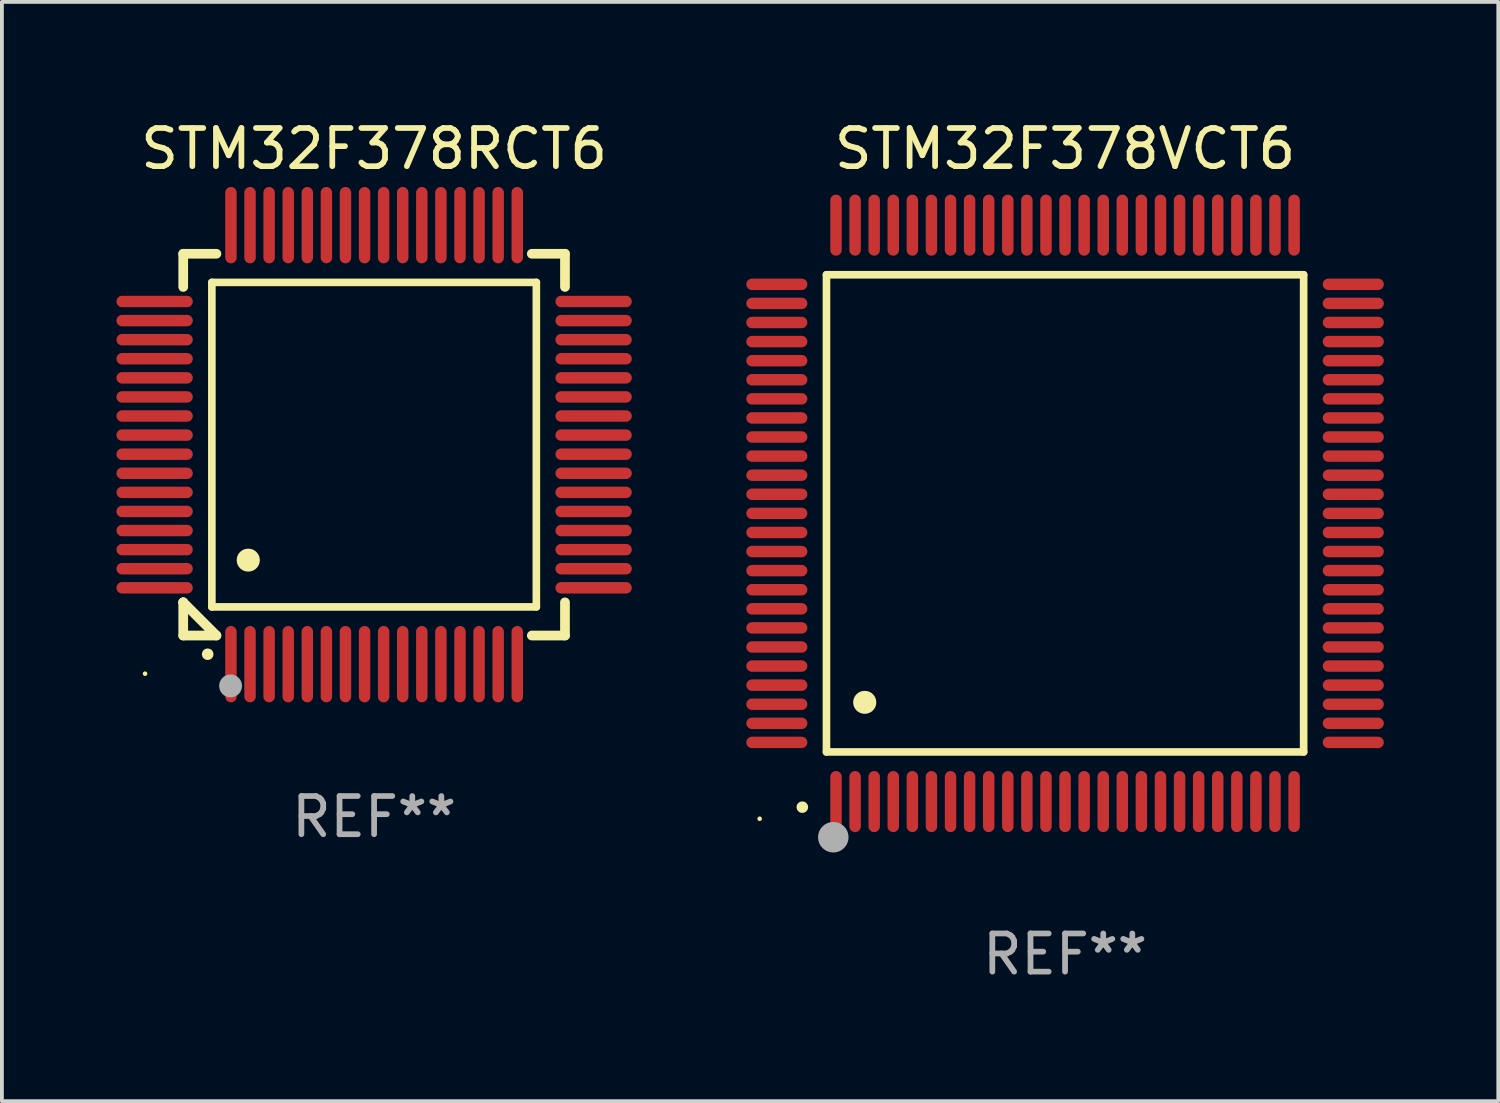
<source format=kicad_pcb>
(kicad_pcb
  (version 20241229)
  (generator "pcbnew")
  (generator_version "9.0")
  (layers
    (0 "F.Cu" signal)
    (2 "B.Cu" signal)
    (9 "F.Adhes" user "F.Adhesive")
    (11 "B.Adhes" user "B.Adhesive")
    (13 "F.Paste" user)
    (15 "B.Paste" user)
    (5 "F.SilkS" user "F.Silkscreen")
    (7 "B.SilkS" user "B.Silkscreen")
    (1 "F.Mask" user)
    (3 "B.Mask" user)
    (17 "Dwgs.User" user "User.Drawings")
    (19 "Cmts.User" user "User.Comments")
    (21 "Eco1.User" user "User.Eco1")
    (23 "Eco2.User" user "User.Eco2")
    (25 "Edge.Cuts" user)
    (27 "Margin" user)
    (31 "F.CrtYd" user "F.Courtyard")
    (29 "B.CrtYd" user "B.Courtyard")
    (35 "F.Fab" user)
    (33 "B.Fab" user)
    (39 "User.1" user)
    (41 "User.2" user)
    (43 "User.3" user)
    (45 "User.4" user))
  (footprint "STM32F378VCT6"
    (layer "F.Cu")
    (at 24.85 10.398)
    (property "Reference" "STM32F378VCT6" (at 0 -9.55 0) (layer "F.SilkS") (effects (font (size 1 1) (thickness 0.15))))
    (attr through_hole)
    (fp_line (start -6.25 -6.25) (end -6.25 6.25) (stroke (width 0.2) (type solid)) (layer "F.SilkS"))
    (fp_line (start -6.25 6.25) (end 6.25 6.25) (stroke (width 0.2) (type solid)) (layer "F.SilkS"))
    (fp_line (start 6.25 -6.25) (end -6.25 -6.25) (stroke (width 0.2) (type solid)) (layer "F.SilkS"))
    (fp_line (start 6.25 6.25) (end 6.25 -6.25) (stroke (width 0.2) (type solid)) (layer "F.SilkS"))
    (fp_arc (start -6.883414 7.696215) (mid -6.882144 7.69621) (end -6.880874 7.696215) (stroke (width 0.3) (type solid)) (layer "F.SilkS"))
    (fp_arc (start -5.250191 4.95047) (mid -5.247651 4.950459) (end -5.245111 4.95047) (stroke (width 0.6) (type solid)) (layer "F.SilkS"))
    (fp_circle (center -8 8) (end -7.97 8) (stroke (width 0.06) (type solid)) (fill no) (layer "F.SilkS"))
    (fp_circle (center -6.071 8.484) (end -5.871 8.484) (stroke (width 0.4) (type solid)) (fill no) (layer "F.Fab"))
    (fp_text user "REF**" (at 0 11.55 0) (layer "F.Fab") (effects (font (size 1 1) (thickness 0.15))))
    (pad "1" smd oval (at -6 7.55) (size 0.3 1.6) (layers "F.Cu" "F.Mask" "F.Paste"))
    (pad "2" smd oval (at -5.5 7.55) (size 0.3 1.6) (layers "F.Cu" "F.Mask" "F.Paste"))
    (pad "3" smd oval (at -5 7.55) (size 0.3 1.6) (layers "F.Cu" "F.Mask" "F.Paste"))
    (pad "4" smd oval (at -4.5 7.55) (size 0.3 1.6) (layers "F.Cu" "F.Mask" "F.Paste"))
    (pad "5" smd oval (at -4 7.55) (size 0.3 1.6) (layers "F.Cu" "F.Mask" "F.Paste"))
    (pad "6" smd oval (at -3.5 7.55) (size 0.3 1.6) (layers "F.Cu" "F.Mask" "F.Paste"))
    (pad "7" smd oval (at -3 7.55) (size 0.3 1.6) (layers "F.Cu" "F.Mask" "F.Paste"))
    (pad "8" smd oval (at -2.5 7.55) (size 0.3 1.6) (layers "F.Cu" "F.Mask" "F.Paste"))
    (pad "9" smd oval (at -2 7.55) (size 0.3 1.6) (layers "F.Cu" "F.Mask" "F.Paste"))
    (pad "10" smd oval (at -1.5 7.55) (size 0.3 1.6) (layers "F.Cu" "F.Mask" "F.Paste"))
    (pad "11" smd oval (at -1 7.55) (size 0.3 1.6) (layers "F.Cu" "F.Mask" "F.Paste"))
    (pad "12" smd oval (at -0.5 7.55) (size 0.3 1.6) (layers "F.Cu" "F.Mask" "F.Paste"))
    (pad "13" smd oval (at 0 7.55) (size 0.3 1.6) (layers "F.Cu" "F.Mask" "F.Paste"))
    (pad "14" smd oval (at 0.5 7.55) (size 0.3 1.6) (layers "F.Cu" "F.Mask" "F.Paste"))
    (pad "15" smd oval (at 1 7.55) (size 0.3 1.6) (layers "F.Cu" "F.Mask" "F.Paste"))
    (pad "16" smd oval (at 1.5 7.55) (size 0.3 1.6) (layers "F.Cu" "F.Mask" "F.Paste"))
    (pad "17" smd oval (at 2 7.55) (size 0.3 1.6) (layers "F.Cu" "F.Mask" "F.Paste"))
    (pad "18" smd oval (at 2.5 7.55) (size 0.3 1.6) (layers "F.Cu" "F.Mask" "F.Paste"))
    (pad "19" smd oval (at 3 7.55) (size 0.3 1.6) (layers "F.Cu" "F.Mask" "F.Paste"))
    (pad "20" smd oval (at 3.5 7.55) (size 0.3 1.6) (layers "F.Cu" "F.Mask" "F.Paste"))
    (pad "21" smd oval (at 4 7.55) (size 0.3 1.6) (layers "F.Cu" "F.Mask" "F.Paste"))
    (pad "22" smd oval (at 4.5 7.55) (size 0.3 1.6) (layers "F.Cu" "F.Mask" "F.Paste"))
    (pad "23" smd oval (at 5 7.55) (size 0.3 1.6) (layers "F.Cu" "F.Mask" "F.Paste"))
    (pad "24" smd oval (at 5.5 7.55) (size 0.3 1.6) (layers "F.Cu" "F.Mask" "F.Paste"))
    (pad "25" smd oval (at 6 7.55) (size 0.3 1.6) (layers "F.Cu" "F.Mask" "F.Paste"))
    (pad "26" smd oval (at 7.55 6) (size 1.6 0.3) (layers "F.Cu" "F.Mask" "F.Paste"))
    (pad "27" smd oval (at 7.55 5.5) (size 1.6 0.3) (layers "F.Cu" "F.Mask" "F.Paste"))
    (pad "28" smd oval (at 7.55 5) (size 1.6 0.3) (layers "F.Cu" "F.Mask" "F.Paste"))
    (pad "29" smd oval (at 7.55 4.5) (size 1.6 0.3) (layers "F.Cu" "F.Mask" "F.Paste"))
    (pad "30" smd oval (at 7.55 4) (size 1.6 0.3) (layers "F.Cu" "F.Mask" "F.Paste"))
    (pad "31" smd oval (at 7.55 3.5) (size 1.6 0.3) (layers "F.Cu" "F.Mask" "F.Paste"))
    (pad "32" smd oval (at 7.55 3) (size 1.6 0.3) (layers "F.Cu" "F.Mask" "F.Paste"))
    (pad "33" smd oval (at 7.55 2.5) (size 1.6 0.3) (layers "F.Cu" "F.Mask" "F.Paste"))
    (pad "34" smd oval (at 7.55 2) (size 1.6 0.3) (layers "F.Cu" "F.Mask" "F.Paste"))
    (pad "35" smd oval (at 7.55 1.5) (size 1.6 0.3) (layers "F.Cu" "F.Mask" "F.Paste"))
    (pad "36" smd oval (at 7.55 1) (size 1.6 0.3) (layers "F.Cu" "F.Mask" "F.Paste"))
    (pad "37" smd oval (at 7.55 0.5) (size 1.6 0.3) (layers "F.Cu" "F.Mask" "F.Paste"))
    (pad "38" smd oval (at 7.55 0) (size 1.6 0.3) (layers "F.Cu" "F.Mask" "F.Paste"))
    (pad "39" smd oval (at 7.55 -0.5) (size 1.6 0.3) (layers "F.Cu" "F.Mask" "F.Paste"))
    (pad "40" smd oval (at 7.55 -1) (size 1.6 0.3) (layers "F.Cu" "F.Mask" "F.Paste"))
    (pad "41" smd oval (at 7.55 -1.5) (size 1.6 0.3) (layers "F.Cu" "F.Mask" "F.Paste"))
    (pad "42" smd oval (at 7.55 -2) (size 1.6 0.3) (layers "F.Cu" "F.Mask" "F.Paste"))
    (pad "43" smd oval (at 7.55 -2.5) (size 1.6 0.3) (layers "F.Cu" "F.Mask" "F.Paste"))
    (pad "44" smd oval (at 7.55 -3) (size 1.6 0.3) (layers "F.Cu" "F.Mask" "F.Paste"))
    (pad "45" smd oval (at 7.55 -3.5) (size 1.6 0.3) (layers "F.Cu" "F.Mask" "F.Paste"))
    (pad "46" smd oval (at 7.55 -4) (size 1.6 0.3) (layers "F.Cu" "F.Mask" "F.Paste"))
    (pad "47" smd oval (at 7.55 -4.5) (size 1.6 0.3) (layers "F.Cu" "F.Mask" "F.Paste"))
    (pad "48" smd oval (at 7.55 -5) (size 1.6 0.3) (layers "F.Cu" "F.Mask" "F.Paste"))
    (pad "49" smd oval (at 7.55 -5.5) (size 1.6 0.3) (layers "F.Cu" "F.Mask" "F.Paste"))
    (pad "50" smd oval (at 7.55 -6) (size 1.6 0.3) (layers "F.Cu" "F.Mask" "F.Paste"))
    (pad "51" smd oval (at 6 -7.55) (size 0.3 1.6) (layers "F.Cu" "F.Mask" "F.Paste"))
    (pad "52" smd oval (at 5.5 -7.55) (size 0.3 1.6) (layers "F.Cu" "F.Mask" "F.Paste"))
    (pad "53" smd oval (at 5 -7.55) (size 0.3 1.6) (layers "F.Cu" "F.Mask" "F.Paste"))
    (pad "54" smd oval (at 4.5 -7.55) (size 0.3 1.6) (layers "F.Cu" "F.Mask" "F.Paste"))
    (pad "55" smd oval (at 4 -7.55) (size 0.3 1.6) (layers "F.Cu" "F.Mask" "F.Paste"))
    (pad "56" smd oval (at 3.5 -7.55) (size 0.3 1.6) (layers "F.Cu" "F.Mask" "F.Paste"))
    (pad "57" smd oval (at 3 -7.55) (size 0.3 1.6) (layers "F.Cu" "F.Mask" "F.Paste"))
    (pad "58" smd oval (at 2.5 -7.55) (size 0.3 1.6) (layers "F.Cu" "F.Mask" "F.Paste"))
    (pad "59" smd oval (at 2 -7.55) (size 0.3 1.6) (layers "F.Cu" "F.Mask" "F.Paste"))
    (pad "60" smd oval (at 1.5 -7.55) (size 0.3 1.6) (layers "F.Cu" "F.Mask" "F.Paste"))
    (pad "61" smd oval (at 1 -7.55) (size 0.3 1.6) (layers "F.Cu" "F.Mask" "F.Paste"))
    (pad "62" smd oval (at 0.5 -7.55) (size 0.3 1.6) (layers "F.Cu" "F.Mask" "F.Paste"))
    (pad "63" smd oval (at 0 -7.55) (size 0.3 1.6) (layers "F.Cu" "F.Mask" "F.Paste"))
    (pad "64" smd oval (at -0.5 -7.55) (size 0.3 1.6) (layers "F.Cu" "F.Mask" "F.Paste"))
    (pad "65" smd oval (at -1 -7.55) (size 0.3 1.6) (layers "F.Cu" "F.Mask" "F.Paste"))
    (pad "66" smd oval (at -1.5 -7.55) (size 0.3 1.6) (layers "F.Cu" "F.Mask" "F.Paste"))
    (pad "67" smd oval (at -2 -7.55) (size 0.3 1.6) (layers "F.Cu" "F.Mask" "F.Paste"))
    (pad "68" smd oval (at -2.5 -7.55) (size 0.3 1.6) (layers "F.Cu" "F.Mask" "F.Paste"))
    (pad "69" smd oval (at -3 -7.55) (size 0.3 1.6) (layers "F.Cu" "F.Mask" "F.Paste"))
    (pad "70" smd oval (at -3.5 -7.55) (size 0.3 1.6) (layers "F.Cu" "F.Mask" "F.Paste"))
    (pad "71" smd oval (at -4 -7.55) (size 0.3 1.6) (layers "F.Cu" "F.Mask" "F.Paste"))
    (pad "72" smd oval (at -4.5 -7.55) (size 0.3 1.6) (layers "F.Cu" "F.Mask" "F.Paste"))
    (pad "73" smd oval (at -5 -7.55) (size 0.3 1.6) (layers "F.Cu" "F.Mask" "F.Paste"))
    (pad "74" smd oval (at -5.5 -7.55) (size 0.3 1.6) (layers "F.Cu" "F.Mask" "F.Paste"))
    (pad "75" smd oval (at -6 -7.55) (size 0.3 1.6) (layers "F.Cu" "F.Mask" "F.Paste"))
    (pad "76" smd oval (at -7.55 -6) (size 1.6 0.3) (layers "F.Cu" "F.Mask" "F.Paste"))
    (pad "77" smd oval (at -7.55 -5.5) (size 1.6 0.3) (layers "F.Cu" "F.Mask" "F.Paste"))
    (pad "78" smd oval (at -7.55 -5) (size 1.6 0.3) (layers "F.Cu" "F.Mask" "F.Paste"))
    (pad "79" smd oval (at -7.55 -4.5) (size 1.6 0.3) (layers "F.Cu" "F.Mask" "F.Paste"))
    (pad "80" smd oval (at -7.55 -4) (size 1.6 0.3) (layers "F.Cu" "F.Mask" "F.Paste"))
    (pad "81" smd oval (at -7.55 -3.5) (size 1.6 0.3) (layers "F.Cu" "F.Mask" "F.Paste"))
    (pad "82" smd oval (at -7.55 -3) (size 1.6 0.3) (layers "F.Cu" "F.Mask" "F.Paste"))
    (pad "83" smd oval (at -7.55 -2.5) (size 1.6 0.3) (layers "F.Cu" "F.Mask" "F.Paste"))
    (pad "84" smd oval (at -7.55 -2) (size 1.6 0.3) (layers "F.Cu" "F.Mask" "F.Paste"))
    (pad "85" smd oval (at -7.55 -1.5) (size 1.6 0.3) (layers "F.Cu" "F.Mask" "F.Paste"))
    (pad "86" smd oval (at -7.55 -1) (size 1.6 0.3) (layers "F.Cu" "F.Mask" "F.Paste"))
    (pad "87" smd oval (at -7.55 -0.5) (size 1.6 0.3) (layers "F.Cu" "F.Mask" "F.Paste"))
    (pad "88" smd oval (at -7.55 0) (size 1.6 0.3) (layers "F.Cu" "F.Mask" "F.Paste"))
    (pad "89" smd oval (at -7.55 0.5) (size 1.6 0.3) (layers "F.Cu" "F.Mask" "F.Paste"))
    (pad "90" smd oval (at -7.55 1) (size 1.6 0.3) (layers "F.Cu" "F.Mask" "F.Paste"))
    (pad "91" smd oval (at -7.55 1.5) (size 1.6 0.3) (layers "F.Cu" "F.Mask" "F.Paste"))
    (pad "92" smd oval (at -7.55 2) (size 1.6 0.3) (layers "F.Cu" "F.Mask" "F.Paste"))
    (pad "93" smd oval (at -7.55 2.5) (size 1.6 0.3) (layers "F.Cu" "F.Mask" "F.Paste"))
    (pad "94" smd oval (at -7.55 3) (size 1.6 0.3) (layers "F.Cu" "F.Mask" "F.Paste"))
    (pad "95" smd oval (at -7.55 3.5) (size 1.6 0.3) (layers "F.Cu" "F.Mask" "F.Paste"))
    (pad "96" smd oval (at -7.55 4) (size 1.6 0.3) (layers "F.Cu" "F.Mask" "F.Paste"))
    (pad "97" smd oval (at -7.55 4.5) (size 1.6 0.3) (layers "F.Cu" "F.Mask" "F.Paste"))
    (pad "98" smd oval (at -7.55 5) (size 1.6 0.3) (layers "F.Cu" "F.Mask" "F.Paste"))
    (pad "99" smd oval (at -7.55 5.5) (size 1.6 0.3) (layers "F.Cu" "F.Mask" "F.Paste"))
    (pad "100" smd oval (at -7.55 6) (size 1.6 0.3) (layers "F.Cu" "F.Mask" "F.Paste")))
  (footprint "STM32F378RCT6"
    (layer "F.Cu")
    (at 6.75 8.598)
    (property "Reference" "STM32F378RCT6" (at 0 -7.75 0) (layer "F.SilkS") (effects (font (size 1 1) (thickness 0.15))))
    (attr through_hole)
    (fp_line (start -5 -5) (end -4.131 -5) (stroke (width 0.254) (type solid)) (layer "F.SilkS"))
    (fp_line (start -5 -4.131) (end -5 -5) (stroke (width 0.254) (type solid)) (layer "F.SilkS"))
    (fp_line (start -5 4.131) (end -5 4.131) (stroke (width 0.254) (type solid)) (layer "F.SilkS"))
    (fp_line (start -5 5) (end -5 4.131) (stroke (width 0.254) (type solid)) (layer "F.SilkS"))
    (fp_line (start -5 4.131) (end -4.131 5) (stroke (width 0.254) (type solid)) (layer "F.SilkS"))
    (fp_line (start -4.25 -4.25) (end -4.25 4.25) (stroke (width 0.2) (type solid)) (layer "F.SilkS"))
    (fp_line (start -4.25 4.25) (end 4.25 4.25) (stroke (width 0.2) (type solid)) (layer "F.SilkS"))
    (fp_line (start -4.131 5) (end -5 5) (stroke (width 0.254) (type solid)) (layer "F.SilkS"))
    (fp_line (start 4.25 -4.25) (end -4.25 -4.25) (stroke (width 0.2) (type solid)) (layer "F.SilkS"))
    (fp_line (start 4.25 4.25) (end 4.25 -4.25) (stroke (width 0.2) (type solid)) (layer "F.SilkS"))
    (fp_line (start 5 -5) (end 4.131 -5) (stroke (width 0.254) (type solid)) (layer "F.SilkS"))
    (fp_line (start 5 -5) (end 5 -4.131) (stroke (width 0.254) (type solid)) (layer "F.SilkS"))
    (fp_line (start 5 4.131) (end 5 5) (stroke (width 0.254) (type solid)) (layer "F.SilkS"))
    (fp_line (start 5 5) (end 4.131 5) (stroke (width 0.254) (type solid)) (layer "F.SilkS"))
    (fp_arc (start -4.361265 5.489992) (mid -4.359995 5.489987) (end -4.358725 5.489992) (stroke (width 0.3) (type solid)) (layer "F.SilkS"))
    (fp_arc (start -3.299467 3.025146) (mid -3.296927 3.025135) (end -3.294387 3.025146) (stroke (width 0.6) (type solid)) (layer "F.SilkS"))
    (fp_circle (center -6 6) (end -5.97 6) (stroke (width 0.06) (type solid)) (fill no) (layer "F.SilkS"))
    (fp_circle (center -3.76 6.32) (end -3.61 6.32) (stroke (width 0.3) (type solid)) (fill no) (layer "F.Fab"))
    (fp_text user "REF**" (at 0 9.75 0) (layer "F.Fab") (effects (font (size 1 1) (thickness 0.15))))
    (pad "1" smd oval (at -3.75 5.75) (size 0.3 2) (layers "F.Cu" "F.Mask" "F.Paste"))
    (pad "2" smd oval (at -3.25 5.75) (size 0.3 2) (layers "F.Cu" "F.Mask" "F.Paste"))
    (pad "3" smd oval (at -2.75 5.75) (size 0.3 2) (layers "F.Cu" "F.Mask" "F.Paste"))
    (pad "4" smd oval (at -2.25 5.75) (size 0.3 2) (layers "F.Cu" "F.Mask" "F.Paste"))
    (pad "5" smd oval (at -1.75 5.75) (size 0.3 2) (layers "F.Cu" "F.Mask" "F.Paste"))
    (pad "6" smd oval (at -1.25 5.75) (size 0.3 2) (layers "F.Cu" "F.Mask" "F.Paste"))
    (pad "7" smd oval (at -0.75 5.75) (size 0.3 2) (layers "F.Cu" "F.Mask" "F.Paste"))
    (pad "8" smd oval (at -0.25 5.75) (size 0.3 2) (layers "F.Cu" "F.Mask" "F.Paste"))
    (pad "9" smd oval (at 0.25 5.75) (size 0.3 2) (layers "F.Cu" "F.Mask" "F.Paste"))
    (pad "10" smd oval (at 0.75 5.75) (size 0.3 2) (layers "F.Cu" "F.Mask" "F.Paste"))
    (pad "11" smd oval (at 1.25 5.75) (size 0.3 2) (layers "F.Cu" "F.Mask" "F.Paste"))
    (pad "12" smd oval (at 1.75 5.75) (size 0.3 2) (layers "F.Cu" "F.Mask" "F.Paste"))
    (pad "13" smd oval (at 2.25 5.75) (size 0.3 2) (layers "F.Cu" "F.Mask" "F.Paste"))
    (pad "14" smd oval (at 2.75 5.75) (size 0.3 2) (layers "F.Cu" "F.Mask" "F.Paste"))
    (pad "15" smd oval (at 3.25 5.75) (size 0.3 2) (layers "F.Cu" "F.Mask" "F.Paste"))
    (pad "16" smd oval (at 3.75 5.75) (size 0.3 2) (layers "F.Cu" "F.Mask" "F.Paste"))
    (pad "17" smd oval (at 5.75 3.75) (size 2 0.3) (layers "F.Cu" "F.Mask" "F.Paste"))
    (pad "18" smd oval (at 5.75 3.25) (size 2 0.3) (layers "F.Cu" "F.Mask" "F.Paste"))
    (pad "19" smd oval (at 5.75 2.75) (size 2 0.3) (layers "F.Cu" "F.Mask" "F.Paste"))
    (pad "20" smd oval (at 5.75 2.25) (size 2 0.3) (layers "F.Cu" "F.Mask" "F.Paste"))
    (pad "21" smd oval (at 5.75 1.75) (size 2 0.3) (layers "F.Cu" "F.Mask" "F.Paste"))
    (pad "22" smd oval (at 5.75 1.25) (size 2 0.3) (layers "F.Cu" "F.Mask" "F.Paste"))
    (pad "23" smd oval (at 5.75 0.75) (size 2 0.3) (layers "F.Cu" "F.Mask" "F.Paste"))
    (pad "24" smd oval (at 5.75 0.25) (size 2 0.3) (layers "F.Cu" "F.Mask" "F.Paste"))
    (pad "25" smd oval (at 5.75 -0.25) (size 2 0.3) (layers "F.Cu" "F.Mask" "F.Paste"))
    (pad "26" smd oval (at 5.75 -0.75) (size 2 0.3) (layers "F.Cu" "F.Mask" "F.Paste"))
    (pad "27" smd oval (at 5.75 -1.25) (size 2 0.3) (layers "F.Cu" "F.Mask" "F.Paste"))
    (pad "28" smd oval (at 5.75 -1.75) (size 2 0.3) (layers "F.Cu" "F.Mask" "F.Paste"))
    (pad "29" smd oval (at 5.75 -2.25) (size 2 0.3) (layers "F.Cu" "F.Mask" "F.Paste"))
    (pad "30" smd oval (at 5.75 -2.75) (size 2 0.3) (layers "F.Cu" "F.Mask" "F.Paste"))
    (pad "31" smd oval (at 5.75 -3.25) (size 2 0.3) (layers "F.Cu" "F.Mask" "F.Paste"))
    (pad "32" smd oval (at 5.75 -3.75) (size 2 0.3) (layers "F.Cu" "F.Mask" "F.Paste"))
    (pad "33" smd oval (at 3.75 -5.75) (size 0.3 2) (layers "F.Cu" "F.Mask" "F.Paste"))
    (pad "34" smd oval (at 3.25 -5.75) (size 0.3 2) (layers "F.Cu" "F.Mask" "F.Paste"))
    (pad "35" smd oval (at 2.75 -5.75) (size 0.3 2) (layers "F.Cu" "F.Mask" "F.Paste"))
    (pad "36" smd oval (at 2.25 -5.75) (size 0.3 2) (layers "F.Cu" "F.Mask" "F.Paste"))
    (pad "37" smd oval (at 1.75 -5.75) (size 0.3 2) (layers "F.Cu" "F.Mask" "F.Paste"))
    (pad "38" smd oval (at 1.25 -5.75) (size 0.3 2) (layers "F.Cu" "F.Mask" "F.Paste"))
    (pad "39" smd oval (at 0.75 -5.75) (size 0.3 2) (layers "F.Cu" "F.Mask" "F.Paste"))
    (pad "40" smd oval (at 0.25 -5.75) (size 0.3 2) (layers "F.Cu" "F.Mask" "F.Paste"))
    (pad "41" smd oval (at -0.25 -5.75) (size 0.3 2) (layers "F.Cu" "F.Mask" "F.Paste"))
    (pad "42" smd oval (at -0.75 -5.75) (size 0.3 2) (layers "F.Cu" "F.Mask" "F.Paste"))
    (pad "43" smd oval (at -1.25 -5.75) (size 0.3 2) (layers "F.Cu" "F.Mask" "F.Paste"))
    (pad "44" smd oval (at -1.75 -5.75) (size 0.3 2) (layers "F.Cu" "F.Mask" "F.Paste"))
    (pad "45" smd oval (at -2.25 -5.75) (size 0.3 2) (layers "F.Cu" "F.Mask" "F.Paste"))
    (pad "46" smd oval (at -2.75 -5.75) (size 0.3 2) (layers "F.Cu" "F.Mask" "F.Paste"))
    (pad "47" smd oval (at -3.25 -5.75) (size 0.3 2) (layers "F.Cu" "F.Mask" "F.Paste"))
    (pad "48" smd oval (at -3.75 -5.75) (size 0.3 2) (layers "F.Cu" "F.Mask" "F.Paste"))
    (pad "49" smd oval (at -5.75 -3.75) (size 2 0.3) (layers "F.Cu" "F.Mask" "F.Paste"))
    (pad "50" smd oval (at -5.75 -3.25) (size 2 0.3) (layers "F.Cu" "F.Mask" "F.Paste"))
    (pad "51" smd oval (at -5.75 -2.75) (size 2 0.3) (layers "F.Cu" "F.Mask" "F.Paste"))
    (pad "52" smd oval (at -5.75 -2.25) (size 2 0.3) (layers "F.Cu" "F.Mask" "F.Paste"))
    (pad "53" smd oval (at -5.75 -1.75) (size 2 0.3) (layers "F.Cu" "F.Mask" "F.Paste"))
    (pad "54" smd oval (at -5.75 -1.25) (size 2 0.3) (layers "F.Cu" "F.Mask" "F.Paste"))
    (pad "55" smd oval (at -5.75 -0.75) (size 2 0.3) (layers "F.Cu" "F.Mask" "F.Paste"))
    (pad "56" smd oval (at -5.75 -0.25) (size 2 0.3) (layers "F.Cu" "F.Mask" "F.Paste"))
    (pad "57" smd oval (at -5.75 0.25) (size 2 0.3) (layers "F.Cu" "F.Mask" "F.Paste"))
    (pad "58" smd oval (at -5.75 0.75) (size 2 0.3) (layers "F.Cu" "F.Mask" "F.Paste"))
    (pad "59" smd oval (at -5.75 1.25) (size 2 0.3) (layers "F.Cu" "F.Mask" "F.Paste"))
    (pad "60" smd oval (at -5.75 1.75) (size 2 0.3) (layers "F.Cu" "F.Mask" "F.Paste"))
    (pad "61" smd oval (at -5.75 2.25) (size 2 0.3) (layers "F.Cu" "F.Mask" "F.Paste"))
    (pad "62" smd oval (at -5.75 2.75) (size 2 0.3) (layers "F.Cu" "F.Mask" "F.Paste"))
    (pad "63" smd oval (at -5.75 3.25) (size 2 0.3) (layers "F.Cu" "F.Mask" "F.Paste"))
    (pad "64" smd oval (at -5.75 3.75) (size 2 0.3) (layers "F.Cu" "F.Mask" "F.Paste")))
  (gr_rect
    (start -3 -3)
    (end 36.199 25.796)
    (stroke (width 0.1) (type default))
    (fill no)
    (layer "Edge.Cuts")))
</source>
